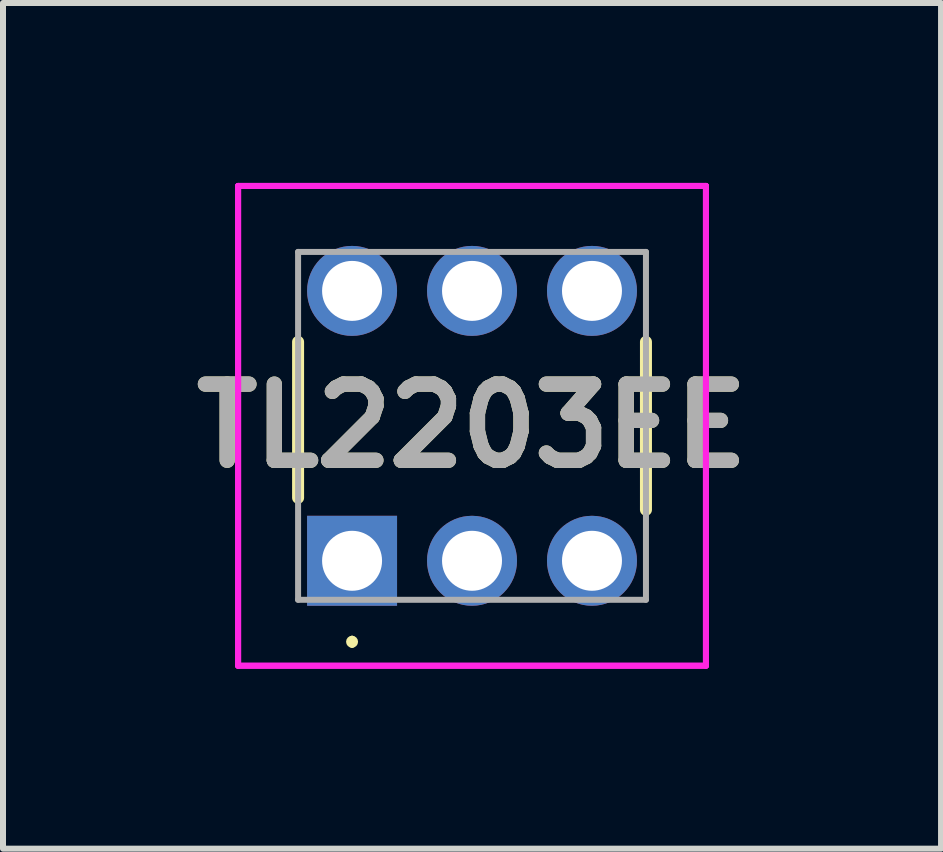
<source format=kicad_pcb>
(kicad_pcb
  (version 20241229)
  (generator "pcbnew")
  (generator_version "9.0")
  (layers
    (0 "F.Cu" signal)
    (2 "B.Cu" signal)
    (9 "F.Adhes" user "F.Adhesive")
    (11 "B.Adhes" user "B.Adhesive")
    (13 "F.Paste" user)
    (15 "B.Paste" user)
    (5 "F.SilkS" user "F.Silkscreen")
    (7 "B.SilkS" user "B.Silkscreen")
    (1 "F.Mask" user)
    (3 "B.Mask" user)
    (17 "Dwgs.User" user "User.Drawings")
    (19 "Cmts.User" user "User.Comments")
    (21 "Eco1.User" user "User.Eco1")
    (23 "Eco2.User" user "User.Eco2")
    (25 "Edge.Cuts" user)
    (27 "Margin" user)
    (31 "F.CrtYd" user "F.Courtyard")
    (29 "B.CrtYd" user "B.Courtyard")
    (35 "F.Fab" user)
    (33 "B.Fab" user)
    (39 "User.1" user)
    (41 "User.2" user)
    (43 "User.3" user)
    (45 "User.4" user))
  (footprint "TL2203EE"
    (layer "F.Cu")
    (at 2.82 6.3)
    (property "Reference" "TL2203EE" (at 2 -2.25 0) (layer "F.SilkS") (effects (font (size 1.27 1.27) (thickness 0.254))))
    (attr through_hole)
    (fp_line (start -0.9 -3.65) (end -0.9 -1.05) (stroke (width 0.2) (type solid)) (layer "F.SilkS"))
    (fp_line (start 0 1.3) (end 0 1.3) (stroke (width 0.1) (type solid)) (layer "F.SilkS"))
    (fp_line (start 0 1.4) (end 0 1.4) (stroke (width 0.1) (type solid)) (layer "F.SilkS"))
    (fp_line (start 4.9 -0.85) (end 4.9 -3.65) (stroke (width 0.2) (type solid)) (layer "F.SilkS"))
    (fp_arc (start 0 1.3) (mid 0.05 1.35) (end 0 1.4) (stroke (width 0.1) (type solid)) (layer "F.SilkS"))
    (fp_arc (start 0 1.4) (mid -0.05 1.35) (end 0 1.3) (stroke (width 0.1) (type solid)) (layer "F.SilkS"))
    (fp_line (start -1.9 -6.25) (end 5.9 -6.25) (stroke (width 0.1) (type solid)) (layer "F.CrtYd"))
    (fp_line (start -1.9 -6.25) (end 5.9 -6.25) (stroke (width 0.1) (type solid)) (layer "F.CrtYd"))
    (fp_line (start -1.9 1.75) (end -1.9 -6.25) (stroke (width 0.1) (type solid)) (layer "F.CrtYd"))
    (fp_line (start -1.9 1.75) (end -1.9 -6.25) (stroke (width 0.1) (type solid)) (layer "F.CrtYd"))
    (fp_line (start 5.9 -6.25) (end 5.9 1.75) (stroke (width 0.1) (type solid)) (layer "F.CrtYd"))
    (fp_line (start 5.9 -6.25) (end 5.9 1.75) (stroke (width 0.1) (type solid)) (layer "F.CrtYd"))
    (fp_line (start 5.9 1.75) (end -1.9 1.75) (stroke (width 0.1) (type solid)) (layer "F.CrtYd"))
    (fp_line (start 5.9 1.75) (end -1.9 1.75) (stroke (width 0.1) (type solid)) (layer "F.CrtYd"))
    (fp_line (start -0.9 -5.15) (end 4.9 -5.15) (stroke (width 0.1) (type solid)) (layer "F.Fab"))
    (fp_line (start -0.9 0.65) (end -0.9 -5.15) (stroke (width 0.1) (type solid)) (layer "F.Fab"))
    (fp_line (start 4.9 -5.15) (end 4.9 0.65) (stroke (width 0.1) (type solid)) (layer "F.Fab"))
    (fp_line (start 4.9 0.65) (end -0.9 0.65) (stroke (width 0.1) (type solid)) (layer "F.Fab"))
    (fp_text user "${REFERENCE}" (at 2 -2.25 0) (layer "F.Fab") (effects (font (size 1.27 1.27) (thickness 0.254))))
    (pad "1" thru_hole rect (at 0 0) (size 1.5 1.5) (drill 1) (layers "*.Cu" "*.Mask"))
    (pad "2" thru_hole circle (at 2 0) (size 1.5 1.5) (drill 1) (layers "*.Cu" "*.Mask"))
    (pad "3" thru_hole circle (at 4 0) (size 1.5 1.5) (drill 1) (layers "*.Cu" "*.Mask"))
    (pad "4" thru_hole circle (at 0 -4.5) (size 1.5 1.5) (drill 1) (layers "*.Cu" "*.Mask"))
    (pad "5" thru_hole circle (at 2 -4.5) (size 1.5 1.5) (drill 1) (layers "*.Cu" "*.Mask"))
    (pad "6" thru_hole circle (at 4 -4.5) (size 1.5 1.5) (drill 1) (layers "*.Cu" "*.Mask")))
  (gr_rect
    (start -3 -3)
    (end 12.64 11.1)
    (stroke (width 0.1) (type default))
    (fill no)
    (layer "Edge.Cuts")))
</source>
